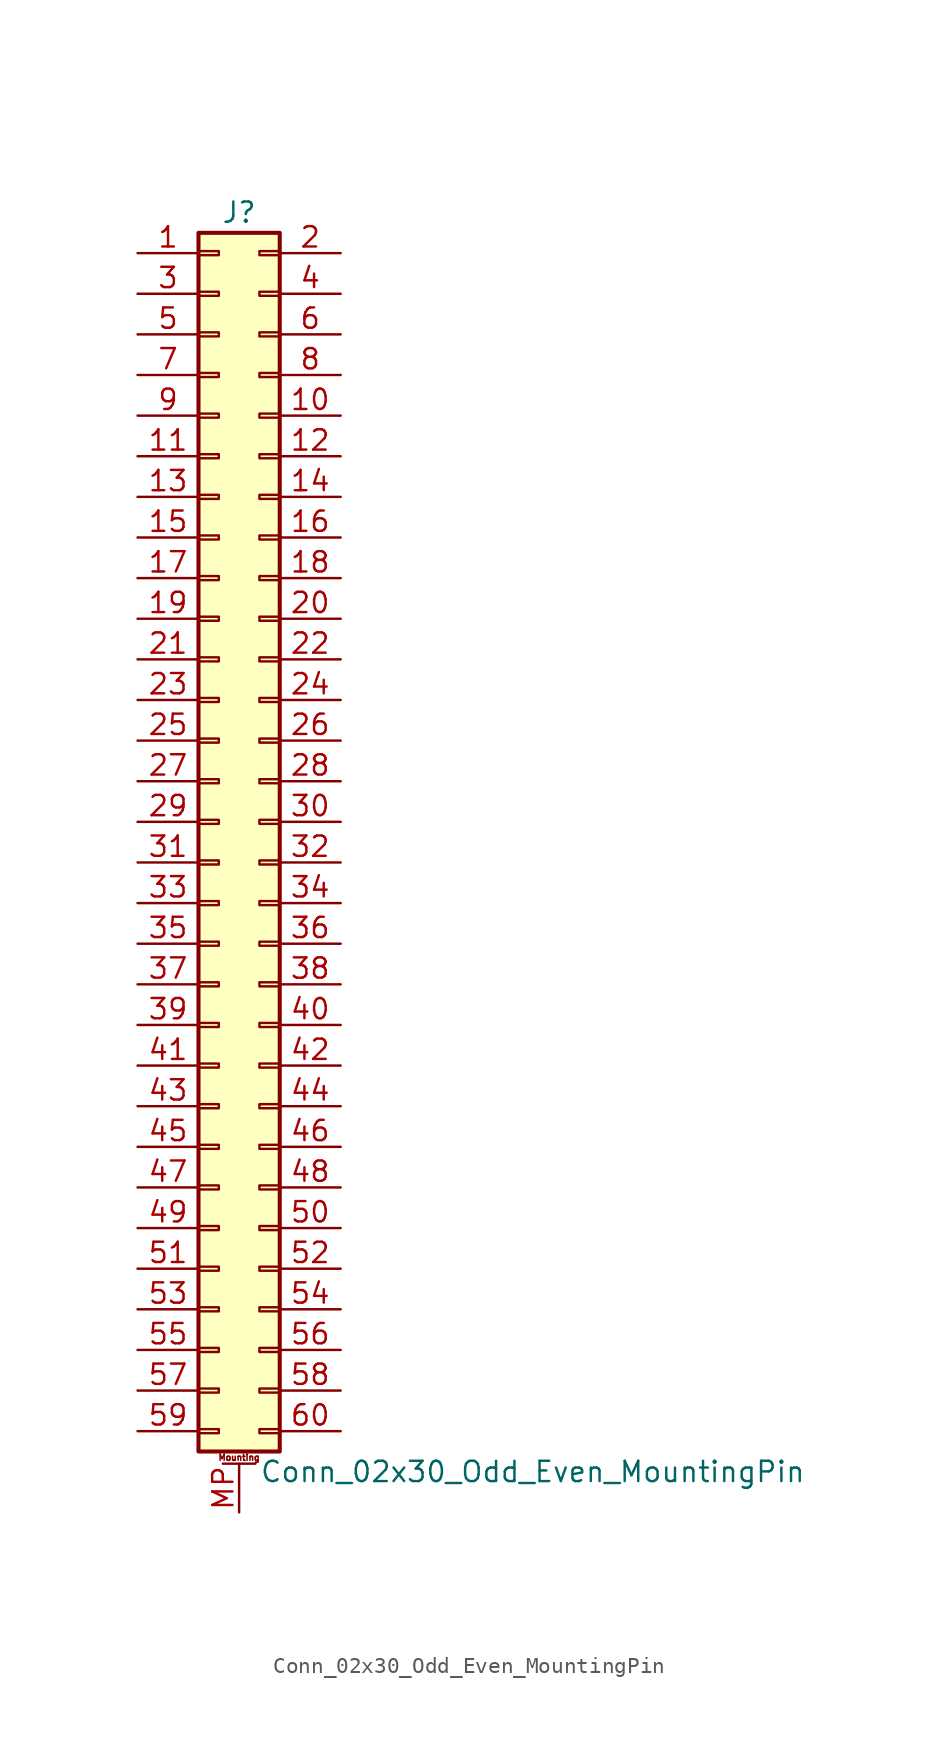
<source format=kicad_sym>
(kicad_symbol_lib
  (version 20220914)
  (generator kicad_symbol_editor)
  (symbol "Conn_02x30_Odd_Even_MountingPin"
    (pin_names
      (offset 1.016) hide)
    (property "Reference" "J"
      (at 1.27 38.1 0)
      (effects (font (size 1.27 1.27))))
    (property "Value" "Conn_02x30_Odd_Even_MountingPin"
      (at 2.54 -40.64 0)
      (effects (font (size 1.27 1.27)) (justify left)))
    (symbol "Conn_02x30_Odd_Even_MountingPin_1_1"
      (rectangle (start -1.27 -37.973) (end 0 -38.227) (stroke (width 0.152) (type default)) (fill (type none)))
      (rectangle (start -1.27 -35.433) (end 0 -35.687) (stroke (width 0.152) (type default)) (fill (type none)))
      (rectangle (start -1.27 -32.893) (end 0 -33.147) (stroke (width 0.152) (type default)) (fill (type none)))
      (rectangle (start -1.27 -30.353) (end 0 -30.607) (stroke (width 0.152) (type default)) (fill (type none)))
      (rectangle (start -1.27 -27.813) (end 0 -28.067) (stroke (width 0.152) (type default)) (fill (type none)))
      (rectangle (start -1.27 -25.273) (end 0 -25.527) (stroke (width 0.152) (type default)) (fill (type none)))
      (rectangle (start -1.27 -22.733) (end 0 -22.987) (stroke (width 0.152) (type default)) (fill (type none)))
      (rectangle (start -1.27 -20.193) (end 0 -20.447) (stroke (width 0.152) (type default)) (fill (type none)))
      (rectangle (start -1.27 -17.653) (end 0 -17.907) (stroke (width 0.152) (type default)) (fill (type none)))
      (rectangle (start -1.27 -15.113) (end 0 -15.367) (stroke (width 0.152) (type default)) (fill (type none)))
      (rectangle (start -1.27 -12.573) (end 0 -12.827) (stroke (width 0.152) (type default)) (fill (type none)))
      (rectangle (start -1.27 -10.033) (end 0 -10.287) (stroke (width 0.152) (type default)) (fill (type none)))
      (rectangle (start -1.27 -7.493) (end 0 -7.747) (stroke (width 0.152) (type default)) (fill (type none)))
      (rectangle (start -1.27 -4.953) (end 0 -5.207) (stroke (width 0.152) (type default)) (fill (type none)))
      (rectangle (start -1.27 -2.413) (end 0 -2.667) (stroke (width 0.152) (type default)) (fill (type none)))
      (rectangle (start -1.27 0.127) (end 0 -0.127) (stroke (width 0.152) (type default)) (fill (type none)))
      (rectangle (start -1.27 2.667) (end 0 2.413) (stroke (width 0.152) (type default)) (fill (type none)))
      (rectangle (start -1.27 5.207) (end 0 4.953) (stroke (width 0.152) (type default)) (fill (type none)))
      (rectangle (start -1.27 7.747) (end 0 7.493) (stroke (width 0.152) (type default)) (fill (type none)))
      (rectangle (start -1.27 10.287) (end 0 10.033) (stroke (width 0.152) (type default)) (fill (type none)))
      (rectangle (start -1.27 12.827) (end 0 12.573) (stroke (width 0.152) (type default)) (fill (type none)))
      (rectangle (start -1.27 15.367) (end 0 15.113) (stroke (width 0.152) (type default)) (fill (type none)))
      (rectangle (start -1.27 17.907) (end 0 17.653) (stroke (width 0.152) (type default)) (fill (type none)))
      (rectangle (start -1.27 20.447) (end 0 20.193) (stroke (width 0.152) (type default)) (fill (type none)))
      (rectangle (start -1.27 22.987) (end 0 22.733) (stroke (width 0.152) (type default)) (fill (type none)))
      (rectangle (start -1.27 25.527) (end 0 25.273) (stroke (width 0.152) (type default)) (fill (type none)))
      (rectangle (start -1.27 28.067) (end 0 27.813) (stroke (width 0.152) (type default)) (fill (type none)))
      (rectangle (start -1.27 30.607) (end 0 30.353) (stroke (width 0.152) (type default)) (fill (type none)))
      (rectangle (start -1.27 33.147) (end 0 32.893) (stroke (width 0.152) (type default)) (fill (type none)))
      (rectangle (start -1.27 35.687) (end 0 35.433) (stroke (width 0.152) (type default)) (fill (type none)))
      (rectangle (start -1.27 36.83) (end 3.81 -39.37) (stroke (width 0.254) (type default)) (fill (type background)))
      (polyline (pts (xy 0.254 -40.132) (xy 2.286 -40.132)) (stroke (width 0.152) (type default)) (fill (type none)))
      (rectangle (start 3.81 -37.973) (end 2.54 -38.227) (stroke (width 0.152) (type default)) (fill (type none)))
      (rectangle (start 3.81 -35.433) (end 2.54 -35.687) (stroke (width 0.152) (type default)) (fill (type none)))
      (rectangle (start 3.81 -32.893) (end 2.54 -33.147) (stroke (width 0.152) (type default)) (fill (type none)))
      (rectangle (start 3.81 -30.353) (end 2.54 -30.607) (stroke (width 0.152) (type default)) (fill (type none)))
      (rectangle (start 3.81 -27.813) (end 2.54 -28.067) (stroke (width 0.152) (type default)) (fill (type none)))
      (rectangle (start 3.81 -25.273) (end 2.54 -25.527) (stroke (width 0.152) (type default)) (fill (type none)))
      (rectangle (start 3.81 -22.733) (end 2.54 -22.987) (stroke (width 0.152) (type default)) (fill (type none)))
      (rectangle (start 3.81 -20.193) (end 2.54 -20.447) (stroke (width 0.152) (type default)) (fill (type none)))
      (rectangle (start 3.81 -17.653) (end 2.54 -17.907) (stroke (width 0.152) (type default)) (fill (type none)))
      (rectangle (start 3.81 -15.113) (end 2.54 -15.367) (stroke (width 0.152) (type default)) (fill (type none)))
      (rectangle (start 3.81 -12.573) (end 2.54 -12.827) (stroke (width 0.152) (type default)) (fill (type none)))
      (rectangle (start 3.81 -10.033) (end 2.54 -10.287) (stroke (width 0.152) (type default)) (fill (type none)))
      (rectangle (start 3.81 -7.493) (end 2.54 -7.747) (stroke (width 0.152) (type default)) (fill (type none)))
      (rectangle (start 3.81 -4.953) (end 2.54 -5.207) (stroke (width 0.152) (type default)) (fill (type none)))
      (rectangle (start 3.81 -2.413) (end 2.54 -2.667) (stroke (width 0.152) (type default)) (fill (type none)))
      (rectangle (start 3.81 0.127) (end 2.54 -0.127) (stroke (width 0.152) (type default)) (fill (type none)))
      (rectangle (start 3.81 2.667) (end 2.54 2.413) (stroke (width 0.152) (type default)) (fill (type none)))
      (rectangle (start 3.81 5.207) (end 2.54 4.953) (stroke (width 0.152) (type default)) (fill (type none)))
      (rectangle (start 3.81 7.747) (end 2.54 7.493) (stroke (width 0.152) (type default)) (fill (type none)))
      (rectangle (start 3.81 10.287) (end 2.54 10.033) (stroke (width 0.152) (type default)) (fill (type none)))
      (rectangle (start 3.81 12.827) (end 2.54 12.573) (stroke (width 0.152) (type default)) (fill (type none)))
      (rectangle (start 3.81 15.367) (end 2.54 15.113) (stroke (width 0.152) (type default)) (fill (type none)))
      (rectangle (start 3.81 17.907) (end 2.54 17.653) (stroke (width 0.152) (type default)) (fill (type none)))
      (rectangle (start 3.81 20.447) (end 2.54 20.193) (stroke (width 0.152) (type default)) (fill (type none)))
      (rectangle (start 3.81 22.987) (end 2.54 22.733) (stroke (width 0.152) (type default)) (fill (type none)))
      (rectangle (start 3.81 25.527) (end 2.54 25.273) (stroke (width 0.152) (type default)) (fill (type none)))
      (rectangle (start 3.81 28.067) (end 2.54 27.813) (stroke (width 0.152) (type default)) (fill (type none)))
      (rectangle (start 3.81 30.607) (end 2.54 30.353) (stroke (width 0.152) (type default)) (fill (type none)))
      (rectangle (start 3.81 33.147) (end 2.54 32.893) (stroke (width 0.152) (type default)) (fill (type none)))
      (rectangle (start 3.81 35.687) (end 2.54 35.433) (stroke (width 0.152) (type default)) (fill (type none)))
      (text "Mounting" (at 1.27 -39.751 0) (effects (font (size 0.381 0.381))))
      (pin passive line (at -5.08 35.56 0) (length 3.81) (name "Pin_1" (effects (font (size 1.27 1.27)))) (number "1" (effects (font (size 1.27 1.27)))))
      (pin passive line (at 7.62 25.4 180) (length 3.81) (name "Pin_10" (effects (font (size 1.27 1.27)))) (number "10" (effects (font (size 1.27 1.27)))))
      (pin passive line (at -5.08 22.86 0) (length 3.81) (name "Pin_11" (effects (font (size 1.27 1.27)))) (number "11" (effects (font (size 1.27 1.27)))))
      (pin passive line (at 7.62 22.86 180) (length 3.81) (name "Pin_12" (effects (font (size 1.27 1.27)))) (number "12" (effects (font (size 1.27 1.27)))))
      (pin passive line (at -5.08 20.32 0) (length 3.81) (name "Pin_13" (effects (font (size 1.27 1.27)))) (number "13" (effects (font (size 1.27 1.27)))))
      (pin passive line (at 7.62 20.32 180) (length 3.81) (name "Pin_14" (effects (font (size 1.27 1.27)))) (number "14" (effects (font (size 1.27 1.27)))))
      (pin passive line (at -5.08 17.78 0) (length 3.81) (name "Pin_15" (effects (font (size 1.27 1.27)))) (number "15" (effects (font (size 1.27 1.27)))))
      (pin passive line (at 7.62 17.78 180) (length 3.81) (name "Pin_16" (effects (font (size 1.27 1.27)))) (number "16" (effects (font (size 1.27 1.27)))))
      (pin passive line (at -5.08 15.24 0) (length 3.81) (name "Pin_17" (effects (font (size 1.27 1.27)))) (number "17" (effects (font (size 1.27 1.27)))))
      (pin passive line (at 7.62 15.24 180) (length 3.81) (name "Pin_18" (effects (font (size 1.27 1.27)))) (number "18" (effects (font (size 1.27 1.27)))))
      (pin passive line (at -5.08 12.7 0) (length 3.81) (name "Pin_19" (effects (font (size 1.27 1.27)))) (number "19" (effects (font (size 1.27 1.27)))))
      (pin passive line (at 7.62 35.56 180) (length 3.81) (name "Pin_2" (effects (font (size 1.27 1.27)))) (number "2" (effects (font (size 1.27 1.27)))))
      (pin passive line (at 7.62 12.7 180) (length 3.81) (name "Pin_20" (effects (font (size 1.27 1.27)))) (number "20" (effects (font (size 1.27 1.27)))))
      (pin passive line (at -5.08 10.16 0) (length 3.81) (name "Pin_21" (effects (font (size 1.27 1.27)))) (number "21" (effects (font (size 1.27 1.27)))))
      (pin passive line (at 7.62 10.16 180) (length 3.81) (name "Pin_22" (effects (font (size 1.27 1.27)))) (number "22" (effects (font (size 1.27 1.27)))))
      (pin passive line (at -5.08 7.62 0) (length 3.81) (name "Pin_23" (effects (font (size 1.27 1.27)))) (number "23" (effects (font (size 1.27 1.27)))))
      (pin passive line (at 7.62 7.62 180) (length 3.81) (name "Pin_24" (effects (font (size 1.27 1.27)))) (number "24" (effects (font (size 1.27 1.27)))))
      (pin passive line (at -5.08 5.08 0) (length 3.81) (name "Pin_25" (effects (font (size 1.27 1.27)))) (number "25" (effects (font (size 1.27 1.27)))))
      (pin passive line (at 7.62 5.08 180) (length 3.81) (name "Pin_26" (effects (font (size 1.27 1.27)))) (number "26" (effects (font (size 1.27 1.27)))))
      (pin passive line (at -5.08 2.54 0) (length 3.81) (name "Pin_27" (effects (font (size 1.27 1.27)))) (number "27" (effects (font (size 1.27 1.27)))))
      (pin passive line (at 7.62 2.54 180) (length 3.81) (name "Pin_28" (effects (font (size 1.27 1.27)))) (number "28" (effects (font (size 1.27 1.27)))))
      (pin passive line (at -5.08 0 0) (length 3.81) (name "Pin_29" (effects (font (size 1.27 1.27)))) (number "29" (effects (font (size 1.27 1.27)))))
      (pin passive line (at -5.08 33.02 0) (length 3.81) (name "Pin_3" (effects (font (size 1.27 1.27)))) (number "3" (effects (font (size 1.27 1.27)))))
      (pin passive line (at 7.62 0 180) (length 3.81) (name "Pin_30" (effects (font (size 1.27 1.27)))) (number "30" (effects (font (size 1.27 1.27)))))
      (pin passive line (at -5.08 -2.54 0) (length 3.81) (name "Pin_31" (effects (font (size 1.27 1.27)))) (number "31" (effects (font (size 1.27 1.27)))))
      (pin passive line (at 7.62 -2.54 180) (length 3.81) (name "Pin_32" (effects (font (size 1.27 1.27)))) (number "32" (effects (font (size 1.27 1.27)))))
      (pin passive line (at -5.08 -5.08 0) (length 3.81) (name "Pin_33" (effects (font (size 1.27 1.27)))) (number "33" (effects (font (size 1.27 1.27)))))
      (pin passive line (at 7.62 -5.08 180) (length 3.81) (name "Pin_34" (effects (font (size 1.27 1.27)))) (number "34" (effects (font (size 1.27 1.27)))))
      (pin passive line (at -5.08 -7.62 0) (length 3.81) (name "Pin_35" (effects (font (size 1.27 1.27)))) (number "35" (effects (font (size 1.27 1.27)))))
      (pin passive line (at 7.62 -7.62 180) (length 3.81) (name "Pin_36" (effects (font (size 1.27 1.27)))) (number "36" (effects (font (size 1.27 1.27)))))
      (pin passive line (at -5.08 -10.16 0) (length 3.81) (name "Pin_37" (effects (font (size 1.27 1.27)))) (number "37" (effects (font (size 1.27 1.27)))))
      (pin passive line (at 7.62 -10.16 180) (length 3.81) (name "Pin_38" (effects (font (size 1.27 1.27)))) (number "38" (effects (font (size 1.27 1.27)))))
      (pin passive line (at -5.08 -12.7 0) (length 3.81) (name "Pin_39" (effects (font (size 1.27 1.27)))) (number "39" (effects (font (size 1.27 1.27)))))
      (pin passive line (at 7.62 33.02 180) (length 3.81) (name "Pin_4" (effects (font (size 1.27 1.27)))) (number "4" (effects (font (size 1.27 1.27)))))
      (pin passive line (at 7.62 -12.7 180) (length 3.81) (name "Pin_40" (effects (font (size 1.27 1.27)))) (number "40" (effects (font (size 1.27 1.27)))))
      (pin passive line (at -5.08 -15.24 0) (length 3.81) (name "Pin_41" (effects (font (size 1.27 1.27)))) (number "41" (effects (font (size 1.27 1.27)))))
      (pin passive line (at 7.62 -15.24 180) (length 3.81) (name "Pin_42" (effects (font (size 1.27 1.27)))) (number "42" (effects (font (size 1.27 1.27)))))
      (pin passive line (at -5.08 -17.78 0) (length 3.81) (name "Pin_43" (effects (font (size 1.27 1.27)))) (number "43" (effects (font (size 1.27 1.27)))))
      (pin passive line (at 7.62 -17.78 180) (length 3.81) (name "Pin_44" (effects (font (size 1.27 1.27)))) (number "44" (effects (font (size 1.27 1.27)))))
      (pin passive line (at -5.08 -20.32 0) (length 3.81) (name "Pin_45" (effects (font (size 1.27 1.27)))) (number "45" (effects (font (size 1.27 1.27)))))
      (pin passive line (at 7.62 -20.32 180) (length 3.81) (name "Pin_46" (effects (font (size 1.27 1.27)))) (number "46" (effects (font (size 1.27 1.27)))))
      (pin passive line (at -5.08 -22.86 0) (length 3.81) (name "Pin_47" (effects (font (size 1.27 1.27)))) (number "47" (effects (font (size 1.27 1.27)))))
      (pin passive line (at 7.62 -22.86 180) (length 3.81) (name "Pin_48" (effects (font (size 1.27 1.27)))) (number "48" (effects (font (size 1.27 1.27)))))
      (pin passive line (at -5.08 -25.4 0) (length 3.81) (name "Pin_49" (effects (font (size 1.27 1.27)))) (number "49" (effects (font (size 1.27 1.27)))))
      (pin passive line (at -5.08 30.48 0) (length 3.81) (name "Pin_5" (effects (font (size 1.27 1.27)))) (number "5" (effects (font (size 1.27 1.27)))))
      (pin passive line (at 7.62 -25.4 180) (length 3.81) (name "Pin_50" (effects (font (size 1.27 1.27)))) (number "50" (effects (font (size 1.27 1.27)))))
      (pin passive line (at -5.08 -27.94 0) (length 3.81) (name "Pin_51" (effects (font (size 1.27 1.27)))) (number "51" (effects (font (size 1.27 1.27)))))
      (pin passive line (at 7.62 -27.94 180) (length 3.81) (name "Pin_52" (effects (font (size 1.27 1.27)))) (number "52" (effects (font (size 1.27 1.27)))))
      (pin passive line (at -5.08 -30.48 0) (length 3.81) (name "Pin_53" (effects (font (size 1.27 1.27)))) (number "53" (effects (font (size 1.27 1.27)))))
      (pin passive line (at 7.62 -30.48 180) (length 3.81) (name "Pin_54" (effects (font (size 1.27 1.27)))) (number "54" (effects (font (size 1.27 1.27)))))
      (pin passive line (at -5.08 -33.02 0) (length 3.81) (name "Pin_55" (effects (font (size 1.27 1.27)))) (number "55" (effects (font (size 1.27 1.27)))))
      (pin passive line (at 7.62 -33.02 180) (length 3.81) (name "Pin_56" (effects (font (size 1.27 1.27)))) (number "56" (effects (font (size 1.27 1.27)))))
      (pin passive line (at -5.08 -35.56 0) (length 3.81) (name "Pin_57" (effects (font (size 1.27 1.27)))) (number "57" (effects (font (size 1.27 1.27)))))
      (pin passive line (at 7.62 -35.56 180) (length 3.81) (name "Pin_58" (effects (font (size 1.27 1.27)))) (number "58" (effects (font (size 1.27 1.27)))))
      (pin passive line (at -5.08 -38.1 0) (length 3.81) (name "Pin_59" (effects (font (size 1.27 1.27)))) (number "59" (effects (font (size 1.27 1.27)))))
      (pin passive line (at 7.62 30.48 180) (length 3.81) (name "Pin_6" (effects (font (size 1.27 1.27)))) (number "6" (effects (font (size 1.27 1.27)))))
      (pin passive line (at 7.62 -38.1 180) (length 3.81) (name "Pin_60" (effects (font (size 1.27 1.27)))) (number "60" (effects (font (size 1.27 1.27)))))
      (pin passive line (at -5.08 27.94 0) (length 3.81) (name "Pin_7" (effects (font (size 1.27 1.27)))) (number "7" (effects (font (size 1.27 1.27)))))
      (pin passive line (at 7.62 27.94 180) (length 3.81) (name "Pin_8" (effects (font (size 1.27 1.27)))) (number "8" (effects (font (size 1.27 1.27)))))
      (pin passive line (at -5.08 25.4 0) (length 3.81) (name "Pin_9" (effects (font (size 1.27 1.27)))) (number "9" (effects (font (size 1.27 1.27)))))
      (pin passive line (at 1.27 -43.18 90) (length 3.048) (name "MountPin" (effects (font (size 1.27 1.27)))) (number "MP" (effects (font (size 1.27 1.27))))))))
</source>
